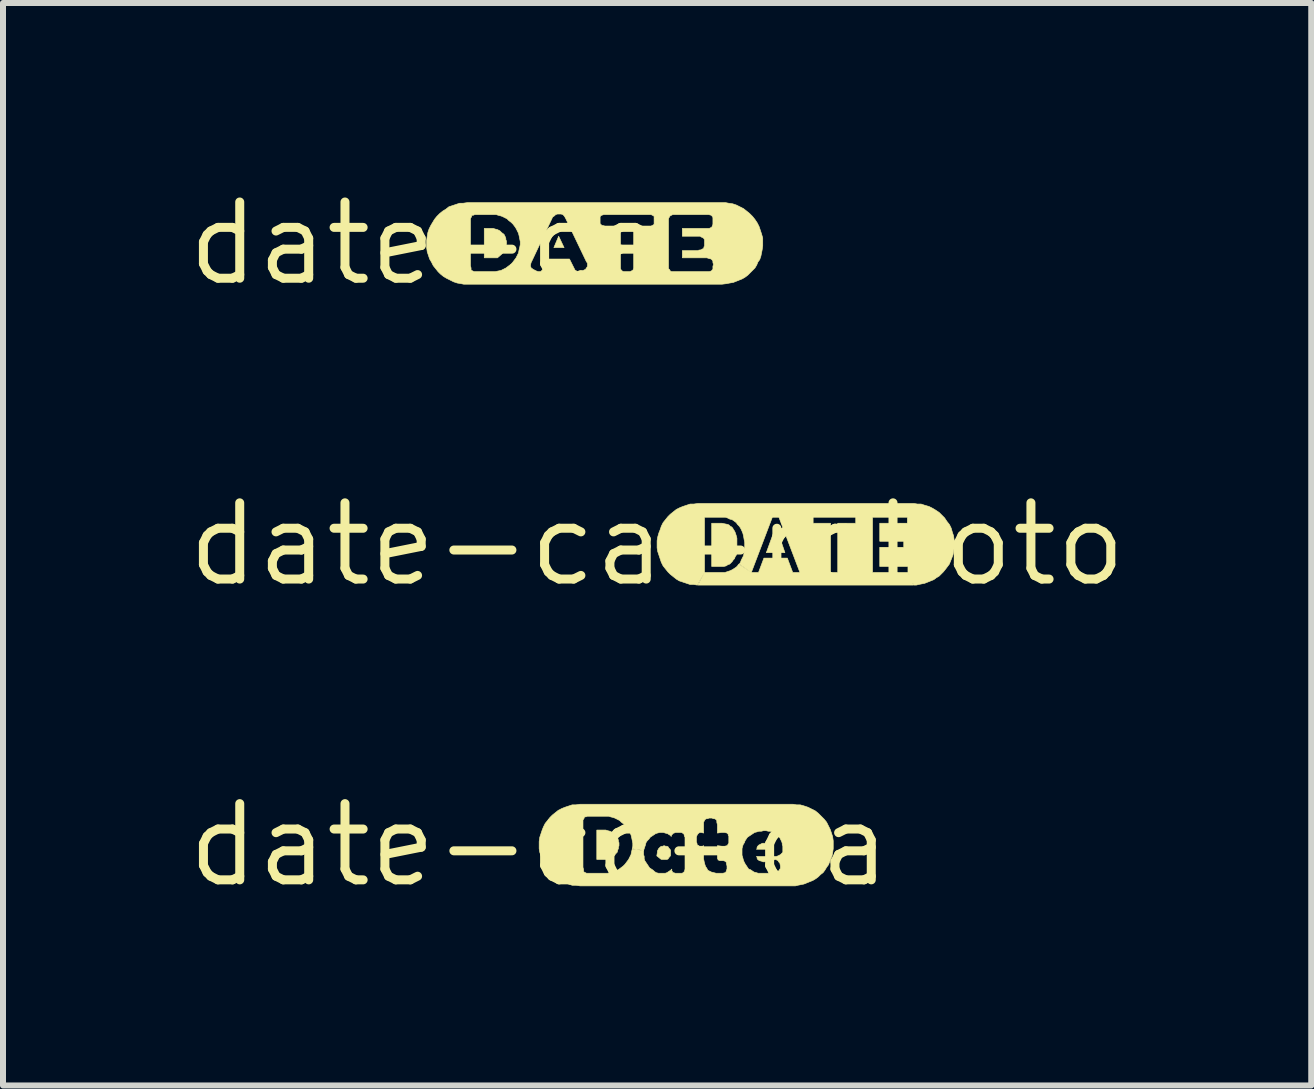
<source format=kicad_pcb>
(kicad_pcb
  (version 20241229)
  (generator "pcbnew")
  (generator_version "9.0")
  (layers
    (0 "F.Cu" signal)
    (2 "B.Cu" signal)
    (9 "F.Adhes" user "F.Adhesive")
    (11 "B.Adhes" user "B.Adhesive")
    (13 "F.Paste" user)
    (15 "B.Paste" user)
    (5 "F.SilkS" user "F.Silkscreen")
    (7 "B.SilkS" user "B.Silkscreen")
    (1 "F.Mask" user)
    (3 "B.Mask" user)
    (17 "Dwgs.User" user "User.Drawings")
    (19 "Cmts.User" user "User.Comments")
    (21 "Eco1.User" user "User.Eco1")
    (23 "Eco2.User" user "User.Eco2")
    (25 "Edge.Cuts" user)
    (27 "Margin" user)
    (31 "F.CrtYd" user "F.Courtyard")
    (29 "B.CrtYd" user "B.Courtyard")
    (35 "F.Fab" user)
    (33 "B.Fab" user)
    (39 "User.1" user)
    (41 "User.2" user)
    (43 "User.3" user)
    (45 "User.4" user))
  (footprint "date-ca"
    (layer "F.Cu")
    (at 4.059 1.006)
    (property "Reference" "date-ca" (at 0 0 0) (layer "F.SilkS") (effects (font (size 1.27 1.27) (thickness 0.15))))
    (attr board_only exclude_from_pos_files exclude_from_bom)
    (fp_poly (pts (xy 2.2 -0.12) (xy 2.12 0.07) (xy 2.29 0.07) (xy 2.2 -0.12)) (stroke (width 0.01) (type solid)) (fill yes) (layer "F.SilkS"))
    (fp_poly (pts (xy 1.18 0.24) (xy 1.26 0.17) (xy 1.27 0.15) (xy 1.3 0.12) (xy 1.31 0.08) (xy 1.32 0.06) (xy 1.32 0.04) (xy 1.33 0.01) (xy 1.33 -0.01) (xy 1.33 -0.04) (xy 1.32 -0.06) (xy 1.32 -0.08) (xy 1.31 -0.11) (xy 1.3 -0.13) (xy 1.29 -0.15) (xy 1.25 -0.18) (xy 1.22 -0.21) (xy 1.2 -0.22) (xy 1.18 -0.23) (xy 1.14 -0.24) (xy 1.11 -0.25) (xy 0.96 -0.25) (xy 0.96 0.24) (xy 1.18 0.24)) (stroke (width 0.01) (type solid)) (fill yes) (layer "F.SilkS"))
    (fp_poly (pts (xy 0.68 -0.68) (xy 0.61 -0.67) (xy 0.55 -0.67) (xy 0.49 -0.65) (xy 0.43 -0.63) (xy 0.37 -0.61) (xy 0.32 -0.57) (xy 0.27 -0.54) (xy 0.22 -0.5) (xy 0.17 -0.45) (xy 0.13 -0.4) (xy 0.1 -0.35) (xy 0.07 -0.3) (xy 0.04 -0.24) (xy 0.02 -0.18) (xy 0.01 -0.12) (xy 0 -0.05) (xy 0 0.01) (xy 0 0.07) (xy 0.01 0.14) (xy 0.03 0.2) (xy 0.05 0.26) (xy 0.08 0.31) (xy 0.11 0.37) (xy 0.15 0.42) (xy 0.19 0.47) (xy 0.23 0.51) (xy 0.28 0.55) (xy 0.33 0.58) (xy 0.39 0.61) (xy 0.45 0.64) (xy 0.51 0.66) (xy 0.57 0.67) (xy 0.62 0.68) (xy 0.68 0.68) (xy 4.92 0.68) (xy 5 0.67) (xy 5.05 0.66) (xy 5.11 0.65) (xy 5.16 0.63) (xy 5.21 0.61) (xy 5.26 0.59) (xy 5.31 0.56) (xy 5.35 0.53) (xy 5.39 0.49) (xy 5.43 0.45) (xy 5.47 0.41) (xy 5.5 0.36) (xy 5.52 0.31) (xy 5.55 0.27) (xy 5.57 0.21) (xy 5.58 0.16) (xy 5.59 0.11) (xy 5.6 0.04) (xy 5.6 -0.03) (xy 5.6 -0.09) (xy 5.58 -0.16) (xy 5.56 -0.22) (xy 5.54 -0.28) (xy 5.51 -0.34) (xy 5.47 -0.4) (xy 5.43 -0.45) (xy 5.38 -0.5) (xy 5.33 -0.54) (xy 5.28 -0.58) (xy 5.22 -0.61) (xy 5.16 -0.64) (xy 5.1 -0.66) (xy 5.03 -0.67) (xy 4.98 -0.68) (xy 4.93 -0.68) (xy 0.68 -0.68) (xy 0.76 -0.47) (xy 0.78 -0.47) (xy 0.8 -0.48) (xy 0.85 -0.48) (xy 1.09 -0.48) (xy 1.12 -0.48) (xy 1.16 -0.48) (xy 1.19 -0.47) (xy 1.23 -0.46) (xy 1.26 -0.45) (xy 1.3 -0.43) (xy 1.34 -0.41) (xy 1.37 -0.38) (xy 1.41 -0.35) (xy 1.44 -0.32) (xy 1.47 -0.28) (xy 1.49 -0.25) (xy 1.51 -0.21) (xy 1.53 -0.17) (xy 1.54 -0.13) (xy 1.55 -0.08) (xy 1.56 -0.03) (xy 1.56 0.02) (xy 1.55 0.07) (xy 1.54 0.11) (xy 1.53 0.16) (xy 1.51 0.2) (xy 1.75 0.3) (xy 2.1 -0.44) (xy 2.13 -0.46) (xy 2.15 -0.48) (xy 2.18 -0.49) (xy 2.21 -0.49) (xy 2.24 -0.49) (xy 2.27 -0.48) (xy 2.29 -0.46) (xy 2.31 -0.43) (xy 2.66 0.3) (xy 2.68 0.33) (xy 2.68 0.36) (xy 3.23 0.41) (xy 3.23 -0.29) (xy 2.97 -0.29) (xy 2.93 -0.3) (xy 2.92 -0.3) (xy 2.91 -0.31) (xy 2.9 -0.32) (xy 2.89 -0.33) (xy 2.89 -0.34) (xy 2.89 -0.36) (xy 2.89 -0.38) (xy 2.89 -0.41) (xy 2.89 -0.43) (xy 2.89 -0.44) (xy 2.9 -0.46) (xy 2.92 -0.47) (xy 2.95 -0.48) (xy 2.98 -0.48) (xy 3.72 -0.48) (xy 3.74 -0.48) (xy 3.76 -0.47) (xy 3.78 -0.46) (xy 3.79 -0.45) (xy 3.79 -0.43) (xy 3.79 -0.4) (xy 3.79 -0.36) (xy 4.03 -0.37) (xy 4.03 -0.39) (xy 4.03 -0.42) (xy 4.04 -0.43) (xy 4.05 -0.45) (xy 4.06 -0.46) (xy 4.08 -0.47) (xy 4.1 -0.48) (xy 4.14 -0.48) (xy 4.67 -0.48) (xy 4.7 -0.48) (xy 4.74 -0.47) (xy 4.75 -0.46) (xy 4.76 -0.45) (xy 4.77 -0.43) (xy 4.77 -0.39) (xy 4.77 -0.35) (xy 4.77 -0.32) (xy 4.76 -0.29) (xy 4.75 -0.27) (xy 4.73 -0.26) (xy 4.71 -0.25) (xy 4.67 -0.25) (xy 4.26 -0.25) (xy 4.26 -0.12) (xy 4.56 -0.12) (xy 4.57 -0.11) (xy 4.61 -0.09) (xy 4.62 -0.08) (xy 4.63 -0.06) (xy 4.63 -0.04) (xy 4.63 0) (xy 4.63 0.02) (xy 4.63 0.04) (xy 4.62 0.06) (xy 4.62 0.07) (xy 4.61 0.09) (xy 4.6 0.09) (xy 4.56 0.11) (xy 4.54 0.11) (xy 4.52 0.12) (xy 4.26 0.12) (xy 4.26 0.24) (xy 4.67 0.24) (xy 4.7 0.25) (xy 4.74 0.26) (xy 4.75 0.27) (xy 4.76 0.28) (xy 4.77 0.3) (xy 4.77 0.32) (xy 4.78 0.35) (xy 4.77 0.38) (xy 4.77 0.41) (xy 4.77 0.43) (xy 4.75 0.45) (xy 4.75 0.46) (xy 4.74 0.46) (xy 4.71 0.47) (xy 4.67 0.47) (xy 4.13 0.47) (xy 4.1 0.47) (xy 4.08 0.47) (xy 4.06 0.46) (xy 4.05 0.44) (xy 4.04 0.43) (xy 4.03 0.42) (xy 4.03 0.37) (xy 4.03 -0.37) (xy 3.79 -0.36) (xy 3.79 -0.33) (xy 3.79 -0.32) (xy 3.78 -0.31) (xy 3.76 -0.3) (xy 3.74 -0.29) (xy 3.71 -0.29) (xy 3.45 -0.29) (xy 3.45 0.38) (xy 3.45 0.41) (xy 3.44 0.44) (xy 3.43 0.45) (xy 3.41 0.46) (xy 3.39 0.47) (xy 3.35 0.47) (xy 3.31 0.47) (xy 3.28 0.47) (xy 3.26 0.46) (xy 3.25 0.45) (xy 3.24 0.44) (xy 3.23 0.42) (xy 3.23 0.41) (xy 2.68 0.36) (xy 2.68 0.38) (xy 2.67 0.4) (xy 2.66 0.41) (xy 2.65 0.43) (xy 2.63 0.44) (xy 2.61 0.45) (xy 2.58 0.47) (xy 2.56 0.47) (xy 2.54 0.47) (xy 2.52 0.47) (xy 2.51 0.47) (xy 2.5 0.46) (xy 2.48 0.45) (xy 2.47 0.44) (xy 2.45 0.4) (xy 2.38 0.26) (xy 2.03 0.26) (xy 1.94 0.43) (xy 1.93 0.44) (xy 1.91 0.46) (xy 1.9 0.47) (xy 1.89 0.47) (xy 1.87 0.47) (xy 1.86 0.47) (xy 1.83 0.46) (xy 1.77 0.43) (xy 1.76 0.42) (xy 1.74 0.41) (xy 1.74 0.4) (xy 1.73 0.38) (xy 1.73 0.37) (xy 1.73 0.36) (xy 1.74 0.32) (xy 1.75 0.3) (xy 1.51 0.2) (xy 1.49 0.24) (xy 1.46 0.28) (xy 1.43 0.32) (xy 1.4 0.35) (xy 1.36 0.38) (xy 1.32 0.41) (xy 1.28 0.43) (xy 1.24 0.45) (xy 1.19 0.46) (xy 1.14 0.47) (xy 1.09 0.47) (xy 0.84 0.47) (xy 0.82 0.47) (xy 0.79 0.47) (xy 0.77 0.46) (xy 0.75 0.45) (xy 0.74 0.44) (xy 0.74 0.41) (xy 0.73 0.37) (xy 0.73 -0.42) (xy 0.74 -0.43) (xy 0.75 -0.45) (xy 0.75 -0.46) (xy 0.76 -0.47) (xy 0.68 -0.68)) (stroke (width 0.01) (type solid)) (fill yes) (layer "F.SilkS")))
  (footprint "date-ca-roboto"
    (layer "F.Cu")
    (at 7.899 6.019)
    (property "Reference" "date-ca-roboto" (at 0 0 0) (layer "F.SilkS") (effects (font (size 1.27 1.27) (thickness 0.15))))
    (attr board_only exclude_from_pos_files exclude_from_bom)
    (fp_poly (pts (xy 1.82 0.14) (xy 2.13 0.14) (xy 1.98 -0.3) (xy 1.82 0.14)) (stroke (width 0.01) (type solid)) (fill yes) (layer "F.SilkS"))
    (fp_poly (pts (xy 0.91 -0.35) (xy 0.91 0.37) (xy 1.07 0.37) (xy 1.11 0.37) (xy 1.15 0.36) (xy 1.18 0.34) (xy 1.21 0.33) (xy 1.23 0.31) (xy 1.25 0.29) (xy 1.27 0.26) (xy 1.29 0.24) (xy 1.3 0.21) (xy 1.32 0.18) (xy 1.33 0.14) (xy 1.33 0.09) (xy 1.33 0.05) (xy 1.33 -0.02) (xy 1.33 -0.06) (xy 1.33 -0.1) (xy 1.32 -0.14) (xy 1.31 -0.17) (xy 1.3 -0.2) (xy 1.29 -0.22) (xy 1.27 -0.25) (xy 1.26 -0.27) (xy 1.24 -0.29) (xy 1.22 -0.3) (xy 1.2 -0.32) (xy 1.18 -0.33) (xy 1.13 -0.34) (xy 1.08 -0.35) (xy 1.05 -0.35) (xy 0.91 -0.35)) (stroke (width 0.01) (type solid)) (fill yes) (layer "F.SilkS"))
    (fp_poly (pts (xy 0.68 -0.68) (xy 0.61 -0.67) (xy 0.55 -0.67) (xy 0.49 -0.65) (xy 0.43 -0.63) (xy 0.38 -0.61) (xy 0.32 -0.58) (xy 0.27 -0.54) (xy 0.22 -0.5) (xy 0.18 -0.46) (xy 0.14 -0.41) (xy 0.1 -0.36) (xy 0.07 -0.3) (xy 0.05 -0.24) (xy 0.03 -0.19) (xy 0.01 -0.12) (xy 0 -0.06) (xy 0 0) (xy 0 0.06) (xy 0.01 0.12) (xy 0.03 0.18) (xy 0.05 0.24) (xy 0.07 0.3) (xy 0.1 0.36) (xy 0.14 0.41) (xy 0.18 0.46) (xy 0.22 0.5) (xy 0.27 0.54) (xy 0.32 0.58) (xy 0.37 0.61) (xy 0.43 0.63) (xy 0.49 0.65) (xy 0.55 0.67) (xy 0.61 0.67) (xy 0.67 0.68) (xy 0.79 0.47) (xy 0.79 -0.45) (xy 1.05 -0.45) (xy 1.1 -0.45) (xy 1.14 -0.45) (xy 1.17 -0.44) (xy 1.21 -0.42) (xy 1.25 -0.41) (xy 1.28 -0.39) (xy 1.32 -0.36) (xy 1.34 -0.33) (xy 1.37 -0.3) (xy 1.39 -0.27) (xy 1.41 -0.23) (xy 1.43 -0.18) (xy 1.44 -0.14) (xy 1.45 -0.08) (xy 1.46 -0.03) (xy 1.46 0.05) (xy 1.45 0.09) (xy 1.45 0.14) (xy 1.44 0.19) (xy 1.42 0.23) (xy 1.4 0.27) (xy 1.39 0.3) (xy 1.37 0.33) (xy 1.57 0.47) (xy 1.92 -0.45) (xy 2.03 -0.45) (xy 2.38 0.47) (xy 2.89 0.47) (xy 2.89 -0.35) (xy 2.6 -0.35) (xy 2.6 -0.45) (xy 3.31 -0.45) (xy 3.31 -0.35) (xy 3.01 -0.35) (xy 3.01 0.47) (xy 2.89 0.47) (xy 2.38 0.47) (xy 2.26 0.47) (xy 2.17 0.23) (xy 1.78 0.23) (xy 1.69 0.47) (xy 1.57 0.47) (xy 1.36 0.33) (xy 1.34 0.36) (xy 1.32 0.38) (xy 1.29 0.4) (xy 1.26 0.42) (xy 1.22 0.44) (xy 1.19 0.45) (xy 1.13 0.47) (xy 1.07 0.47) (xy 0.79 0.47) (xy 0.68 0.68) (xy 4.27 0.68) (xy 4.18 0.47) (xy 3.59 0.47) (xy 3.59 -0.45) (xy 4.17 -0.45) (xy 4.17 -0.35) (xy 3.71 -0.35) (xy 3.71 -0.05) (xy 4.11 -0.05) (xy 4.11 0.05) (xy 3.71 0.05) (xy 3.71 0.37) (xy 4.18 0.37) (xy 4.18 0.47) (xy 4.28 0.68) (xy 4.32 0.68) (xy 4.36 0.67) (xy 4.41 0.66) (xy 4.46 0.65) (xy 4.51 0.63) (xy 4.56 0.61) (xy 4.61 0.59) (xy 4.65 0.56) (xy 4.7 0.53) (xy 4.74 0.49) (xy 4.77 0.46) (xy 4.81 0.41) (xy 4.84 0.37) (xy 4.87 0.33) (xy 4.89 0.28) (xy 4.91 0.23) (xy 4.93 0.18) (xy 4.94 0.13) (xy 4.95 0.06) (xy 4.95 -0.01) (xy 4.95 -0.07) (xy 4.94 -0.14) (xy 4.92 -0.2) (xy 4.9 -0.27) (xy 4.87 -0.33) (xy 4.83 -0.38) (xy 4.79 -0.44) (xy 4.75 -0.48) (xy 4.7 -0.53) (xy 4.64 -0.57) (xy 4.59 -0.6) (xy 4.53 -0.63) (xy 4.46 -0.65) (xy 4.4 -0.67) (xy 4.34 -0.67) (xy 4.28 -0.68) (xy 0.68 -0.68)) (stroke (width 0.01) (type solid)) (fill yes) (layer "F.SilkS")))
  (footprint "date-cc-ca"
    (layer "F.Cu")
    (at 5.934 11.031)
    (property "Reference" "date-cc-ca" (at 0 0 0) (layer "F.SilkS") (effects (font (size 1.27 1.27) (thickness 0.15))))
    (attr board_only exclude_from_pos_files exclude_from_bom)
    (fp_poly (pts (xy 3.79 0.07) (xy 3.8 0.07) (xy 3.81 0.07) (xy 3.82 0.07) (xy 3.83 0.06) (xy 3.83 0.05) (xy 3.83 0.04) (xy 3.83 0.02) (xy 3.83 0.01) (xy 3.82 -0.01) (xy 3.8 -0.02) (xy 3.78 -0.03) (xy 3.75 -0.03) (xy 3.72 -0.03) (xy 3.7 -0.02) (xy 3.68 -0.01) (xy 3.66 0) (xy 3.64 0.02) (xy 3.63 0.04) (xy 3.63 0.06) (xy 3.62 0.07) (xy 3.79 0.07)) (stroke (width 0.01) (type solid)) (fill yes) (layer "F.SilkS"))
    (fp_poly (pts (xy 1.18 0.24) (xy 1.26 0.17) (xy 1.27 0.15) (xy 1.3 0.12) (xy 1.31 0.08) (xy 1.32 0.06) (xy 1.32 0.04) (xy 1.33 0.01) (xy 1.33 -0.01) (xy 1.33 -0.04) (xy 1.32 -0.06) (xy 1.32 -0.08) (xy 1.31 -0.11) (xy 1.3 -0.13) (xy 1.29 -0.15) (xy 1.25 -0.18) (xy 1.22 -0.21) (xy 1.2 -0.22) (xy 1.18 -0.23) (xy 1.14 -0.24) (xy 1.11 -0.25) (xy 0.96 -0.25) (xy 0.96 0.24) (xy 1.18 0.24)) (stroke (width 0.01) (type solid)) (fill yes) (layer "F.SilkS"))
    (fp_poly (pts (xy 1.96 0.18) (xy 2.01 0.22) (xy 2.02 0.23) (xy 2.04 0.24) (xy 2.06 0.24) (xy 2.08 0.24) (xy 2.11 0.24) (xy 2.13 0.24) (xy 2.15 0.23) (xy 2.16 0.21) (xy 2.18 0.19) (xy 2.19 0.17) (xy 2.19 0.15) (xy 2.19 0.13) (xy 2.19 0.11) (xy 2.19 0.09) (xy 2.18 0.07) (xy 2.16 0.05) (xy 2.15 0.03) (xy 2.13 0.02) (xy 2.11 0.02) (xy 2.08 0.01) (xy 2.06 0.02) (xy 2.04 0.02) (xy 2.02 0.03) (xy 2 0.05) (xy 1.99 0.06) (xy 1.98 0.08) (xy 1.97 0.1) (xy 1.97 0.12) (xy 1.96 0.18)) (stroke (width 0.01) (type solid)) (fill yes) (layer "F.SilkS"))
    (fp_poly (pts (xy 0.68 -0.68) (xy 0.61 -0.67) (xy 0.55 -0.67) (xy 0.49 -0.65) (xy 0.43 -0.63) (xy 0.38 -0.61) (xy 0.32 -0.58) (xy 0.27 -0.54) (xy 0.22 -0.5) (xy 0.18 -0.46) (xy 0.14 -0.41) (xy 0.1 -0.36) (xy 0.07 -0.3) (xy 0.05 -0.25) (xy 0.03 -0.19) (xy 0.01 -0.13) (xy 0 -0.06) (xy 0 0) (xy 0 0.06) (xy 0.01 0.12) (xy 0.03 0.18) (xy 0.05 0.24) (xy 0.07 0.3) (xy 0.1 0.36) (xy 0.14 0.41) (xy 0.18 0.45) (xy 0.22 0.5) (xy 0.27 0.54) (xy 0.32 0.57) (xy 0.37 0.61) (xy 0.43 0.63) (xy 0.49 0.65) (xy 0.55 0.67) (xy 0.61 0.67) (xy 0.68 0.68) (xy 4.23 0.68) (xy 4.27 0.68) (xy 4.31 0.67) (xy 4.36 0.66) (xy 4.41 0.65) (xy 4.46 0.63) (xy 4.51 0.61) (xy 4.56 0.59) (xy 4.61 0.56) (xy 4.65 0.53) (xy 4.69 0.49) (xy 4.73 0.46) (xy 4.76 0.42) (xy 4.79 0.37) (xy 4.82 0.33) (xy 4.84 0.28) (xy 4.86 0.23) (xy 4.88 0.18) (xy 4.89 0.13) (xy 4.9 0.06) (xy 4.9 -0.01) (xy 4.9 -0.07) (xy 4.89 -0.14) (xy 4.87 -0.2) (xy 4.85 -0.26) (xy 4.82 -0.32) (xy 4.79 -0.38) (xy 4.75 -0.43) (xy 4.7 -0.48) (xy 4.65 -0.53) (xy 4.6 -0.57) (xy 4.54 -0.6) (xy 4.48 -0.63) (xy 4.42 -0.65) (xy 4.35 -0.67) (xy 4.29 -0.67) (xy 4.23 -0.68) (xy 0.68 -0.68) (xy 0.76 -0.47) (xy 0.78 -0.47) (xy 0.8 -0.48) (xy 0.85 -0.48) (xy 1.09 -0.48) (xy 1.12 -0.48) (xy 1.16 -0.48) (xy 1.19 -0.47) (xy 1.23 -0.46) (xy 1.26 -0.45) (xy 1.3 -0.43) (xy 1.34 -0.41) (xy 1.37 -0.38) (xy 1.41 -0.35) (xy 1.44 -0.32) (xy 1.47 -0.28) (xy 1.49 -0.25) (xy 1.51 -0.21) (xy 1.53 -0.17) (xy 1.54 -0.13) (xy 1.55 -0.08) (xy 1.56 -0.03) (xy 1.56 0.02) (xy 1.55 0.06) (xy 1.74 0.09) (xy 1.75 0.06) (xy 1.76 0.03) (xy 1.77 0) (xy 1.78 -0.04) (xy 1.8 -0.07) (xy 1.83 -0.1) (xy 1.85 -0.13) (xy 1.88 -0.15) (xy 1.91 -0.17) (xy 1.94 -0.19) (xy 1.97 -0.2) (xy 2.01 -0.21) (xy 2.04 -0.21) (xy 2.07 -0.21) (xy 2.1 -0.2) (xy 2.14 -0.19) (xy 2.17 -0.17) (xy 2.19 -0.16) (xy 2.2 -0.14) (xy 2.2 -0.15) (xy 2.21 -0.17) (xy 2.22 -0.18) (xy 2.23 -0.19) (xy 2.24 -0.2) (xy 2.25 -0.2) (xy 2.27 -0.21) (xy 2.29 -0.21) (xy 2.35 -0.21) (xy 2.37 -0.21) (xy 2.39 -0.2) (xy 2.4 -0.19) (xy 2.41 -0.19) (xy 2.42 -0.15) (xy 2.43 -0.13) (xy 2.43 -0.1) (xy 2.62 -0.09) (xy 2.62 -0.14) (xy 2.63 -0.16) (xy 2.64 -0.18) (xy 2.66 -0.2) (xy 2.68 -0.21) (xy 2.7 -0.21) (xy 2.74 -0.2) (xy 2.74 -0.38) (xy 2.75 -0.4) (xy 2.76 -0.42) (xy 2.77 -0.43) (xy 2.79 -0.44) (xy 2.81 -0.44) (xy 2.83 -0.45) (xy 2.86 -0.45) (xy 2.88 -0.45) (xy 2.9 -0.44) (xy 2.92 -0.44) (xy 2.94 -0.43) (xy 2.95 -0.42) (xy 2.96 -0.41) (xy 2.96 -0.4) (xy 2.96 -0.38) (xy 2.97 -0.34) (xy 2.97 -0.2) (xy 3.04 -0.21) (xy 3.09 -0.21) (xy 3.13 -0.2) (xy 3.14 -0.19) (xy 3.15 -0.18) (xy 3.15 -0.16) (xy 3.16 -0.15) (xy 3.16 -0.1) (xy 3.16 -0.05) (xy 3.16 -0.03) (xy 3.39 0.02) (xy 3.4 -0.01) (xy 3.42 -0.04) (xy 3.43 -0.07) (xy 3.45 -0.1) (xy 3.47 -0.13) (xy 3.5 -0.15) (xy 3.53 -0.17) (xy 3.56 -0.19) (xy 3.59 -0.21) (xy 3.63 -0.22) (xy 3.66 -0.23) (xy 3.7 -0.23) (xy 3.74 -0.24) (xy 3.78 -0.24) (xy 3.82 -0.23) (xy 3.85 -0.23) (xy 3.88 -0.22) (xy 3.91 -0.2) (xy 3.94 -0.18) (xy 3.97 -0.16) (xy 3.99 -0.14) (xy 4.01 -0.12) (xy 4.02 -0.1) (xy 4.04 -0.06) (xy 4.05 -0.03) (xy 4.05 -0.01) (xy 4.06 0.02) (xy 4.06 0.12) (xy 4.02 0.16) (xy 4 0.17) (xy 3.98 0.18) (xy 3.95 0.19) (xy 3.93 0.19) (xy 3.62 0.19) (xy 3.63 0.2) (xy 3.63 0.22) (xy 3.64 0.23) (xy 3.64 0.24) (xy 3.67 0.26) (xy 3.71 0.27) (xy 3.73 0.28) (xy 3.75 0.28) (xy 3.82 0.27) (xy 3.86 0.27) (xy 3.89 0.25) (xy 3.91 0.25) (xy 3.93 0.24) (xy 3.94 0.24) (xy 3.96 0.25) (xy 3.98 0.26) (xy 3.99 0.28) (xy 4.01 0.3) (xy 4.02 0.35) (xy 4.02 0.36) (xy 4.02 0.38) (xy 4.02 0.39) (xy 4.01 0.4) (xy 4 0.42) (xy 3.99 0.43) (xy 3.97 0.44) (xy 3.95 0.45) (xy 3.9 0.46) (xy 3.85 0.47) (xy 3.78 0.47) (xy 3.73 0.47) (xy 3.69 0.47) (xy 3.65 0.47) (xy 3.62 0.46) (xy 3.58 0.45) (xy 3.55 0.43) (xy 3.52 0.41) (xy 3.49 0.4) (xy 3.47 0.37) (xy 3.45 0.34) (xy 3.43 0.31) (xy 3.41 0.27) (xy 3.4 0.24) (xy 3.39 0.2) (xy 3.38 0.17) (xy 3.38 0.13) (xy 3.38 0.09) (xy 3.38 0.06) (xy 3.39 0.02) (xy 3.16 -0.03) (xy 3.15 -0.02) (xy 3.14 0) (xy 3.13 0.01) (xy 3.09 0.02) (xy 3.05 0.02) (xy 2.97 0.01) (xy 2.97 0.2) (xy 2.97 0.22) (xy 2.98 0.24) (xy 2.98 0.25) (xy 2.99 0.25) (xy 3.01 0.26) (xy 3.05 0.26) (xy 3.07 0.26) (xy 3.1 0.27) (xy 3.11 0.28) (xy 3.12 0.29) (xy 3.12 0.31) (xy 3.13 0.35) (xy 3.13 0.4) (xy 3.12 0.42) (xy 3.12 0.43) (xy 3.11 0.45) (xy 3.1 0.46) (xy 3.06 0.47) (xy 3.04 0.47) (xy 2.99 0.47) (xy 2.95 0.47) (xy 2.91 0.46) (xy 2.87 0.45) (xy 2.85 0.44) (xy 2.83 0.43) (xy 2.81 0.42) (xy 2.8 0.4) (xy 2.79 0.38) (xy 2.78 0.37) (xy 2.77 0.35) (xy 2.76 0.32) (xy 2.75 0.28) (xy 2.74 0.23) (xy 2.74 0.01) (xy 2.72 0.02) (xy 2.69 0.02) (xy 2.67 0.02) (xy 2.66 0.01) (xy 2.64 0) (xy 2.63 -0.01) (xy 2.63 -0.03) (xy 2.62 -0.05) (xy 2.62 -0.09) (xy 2.43 -0.1) (xy 2.43 0.36) (xy 2.43 0.4) (xy 2.42 0.44) (xy 2.41 0.45) (xy 2.4 0.46) (xy 2.38 0.47) (xy 2.37 0.47) (xy 2.35 0.47) (xy 2.32 0.47) (xy 2.29 0.47) (xy 2.27 0.47) (xy 2.24 0.46) (xy 2.23 0.46) (xy 2.22 0.45) (xy 2.22 0.44) (xy 2.21 0.43) (xy 2.21 0.41) (xy 2.21 0.4) (xy 2.19 0.42) (xy 2.16 0.44) (xy 2.13 0.46) (xy 2.1 0.47) (xy 2.06 0.47) (xy 2.02 0.47) (xy 1.99 0.47) (xy 1.95 0.46) (xy 1.92 0.44) (xy 1.9 0.42) (xy 1.87 0.4) (xy 1.84 0.38) (xy 1.82 0.35) (xy 1.8 0.32) (xy 1.78 0.29) (xy 1.76 0.26) (xy 1.75 0.23) (xy 1.75 0.19) (xy 1.74 0.16) (xy 1.74 0.13) (xy 1.74 0.09) (xy 1.55 0.07) (xy 1.54 0.11) (xy 1.53 0.16) (xy 1.51 0.2) (xy 1.49 0.24) (xy 1.46 0.28) (xy 1.43 0.32) (xy 1.4 0.35) (xy 1.36 0.38) (xy 1.32 0.41) (xy 1.28 0.43) (xy 1.24 0.45) (xy 1.19 0.46) (xy 1.14 0.47) (xy 1.09 0.47) (xy 0.84 0.47) (xy 0.82 0.47) (xy 0.79 0.47) (xy 0.77 0.46) (xy 0.75 0.45) (xy 0.74 0.44) (xy 0.74 0.41) (xy 0.73 0.37) (xy 0.73 -0.42) (xy 0.74 -0.43) (xy 0.75 -0.45) (xy 0.75 -0.46) (xy 0.76 -0.47) (xy 0.68 -0.68)) (stroke (width 0.01) (type solid)) (fill yes) (layer "F.SilkS")))
  (gr_rect
    (start -3 -3)
    (end 18.799 15.037)
    (stroke (width 0.1) (type default))
    (fill no)
    (layer "Edge.Cuts")))
</source>
